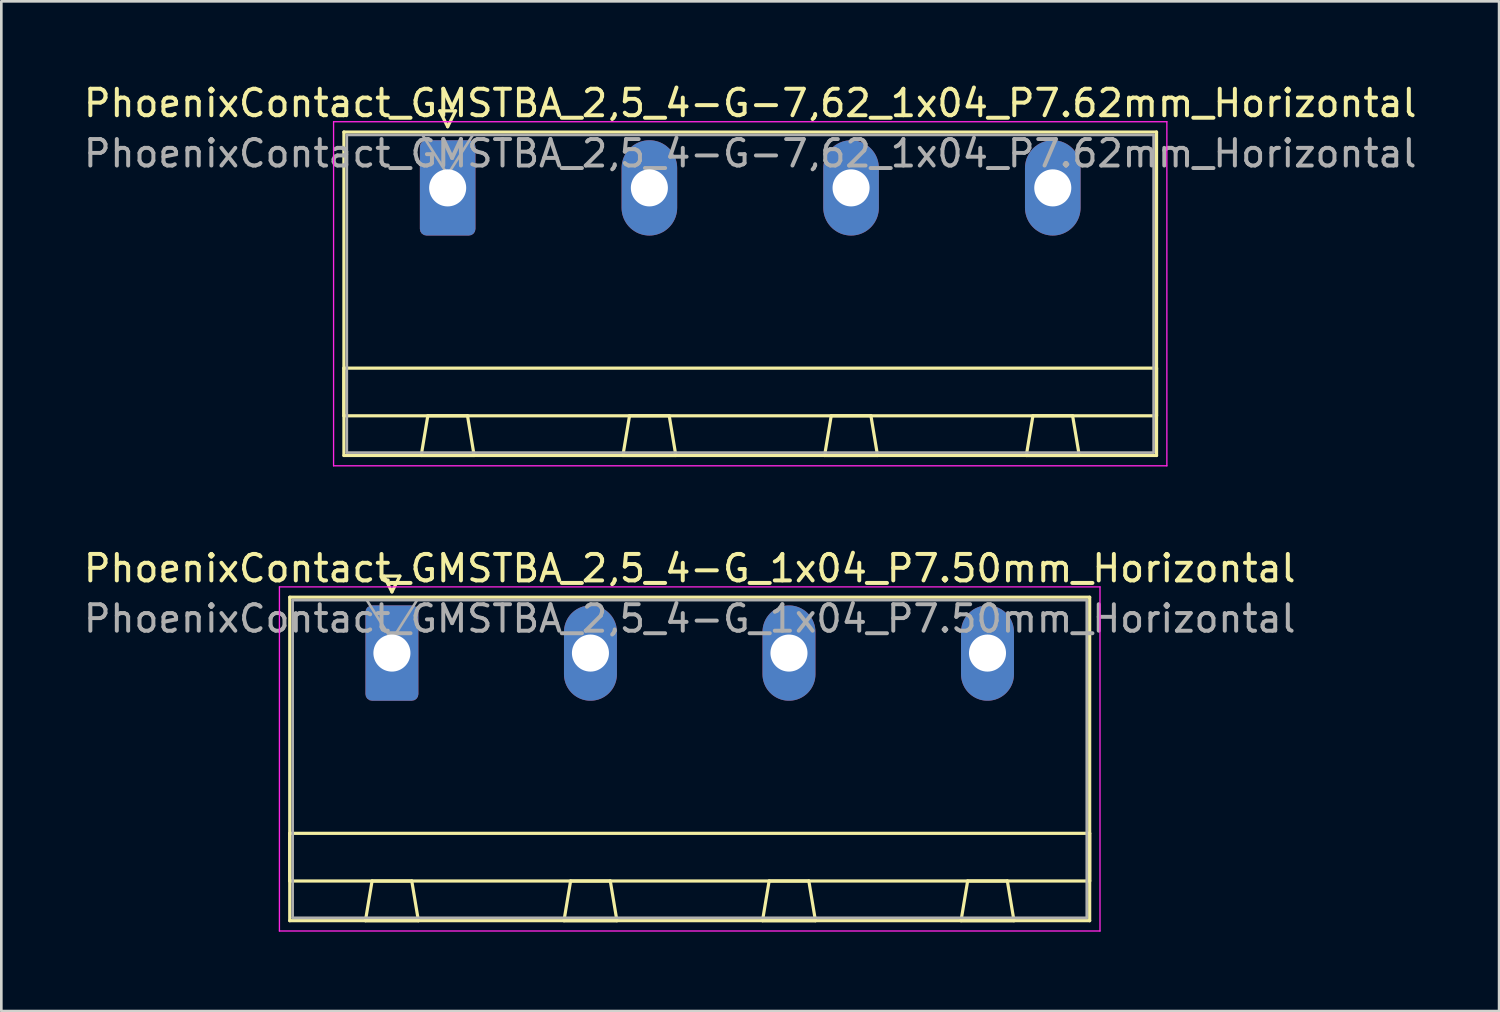
<source format=kicad_pcb>
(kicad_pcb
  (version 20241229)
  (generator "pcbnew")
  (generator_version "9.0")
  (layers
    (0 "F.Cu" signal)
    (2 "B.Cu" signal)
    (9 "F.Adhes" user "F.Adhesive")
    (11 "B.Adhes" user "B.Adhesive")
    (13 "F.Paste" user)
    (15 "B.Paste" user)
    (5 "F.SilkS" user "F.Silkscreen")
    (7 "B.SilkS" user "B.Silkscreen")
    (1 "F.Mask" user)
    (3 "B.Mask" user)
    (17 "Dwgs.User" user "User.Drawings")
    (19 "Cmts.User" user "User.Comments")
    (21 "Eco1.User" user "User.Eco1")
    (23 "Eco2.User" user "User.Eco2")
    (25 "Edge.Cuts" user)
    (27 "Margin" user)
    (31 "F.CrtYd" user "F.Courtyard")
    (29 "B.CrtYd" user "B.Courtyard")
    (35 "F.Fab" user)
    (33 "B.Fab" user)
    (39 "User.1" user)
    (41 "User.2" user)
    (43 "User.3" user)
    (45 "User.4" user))
  (footprint "PhoenixContact_GMSTBA_2,5_4-G_1x04_P7.50mm_Horizontal"
    (layer "F.Cu")
    (at 11.756 21.622)
    (property "Reference" "PhoenixContact_GMSTBA_2,5_4-G_1x04_P7.50mm_Horizontal" (at 11.25 -3.2 0) (layer "F.SilkS") (effects (font (size 1 1) (thickness 0.15))))
    (attr through_hole)
    (fp_line (start -3.86 -2.11) (end -3.86 10.11) (stroke (width 0.12) (type solid)) (layer "F.SilkS"))
    (fp_line (start -3.86 6.81) (end 26.36 6.81) (stroke (width 0.12) (type solid)) (layer "F.SilkS"))
    (fp_line (start -3.86 8.61) (end -3.86 6.81) (stroke (width 0.12) (type solid)) (layer "F.SilkS"))
    (fp_line (start -3.86 10.11) (end 26.36 10.11) (stroke (width 0.12) (type solid)) (layer "F.SilkS"))
    (fp_line (start -1 10.11) (end 1 10.11) (stroke (width 0.12) (type solid)) (layer "F.SilkS"))
    (fp_line (start -0.75 8.61) (end -1 10.11) (stroke (width 0.12) (type solid)) (layer "F.SilkS"))
    (fp_line (start -0.3 -2.91) (end 0.3 -2.91) (stroke (width 0.12) (type solid)) (layer "F.SilkS"))
    (fp_line (start 0 -2.31) (end -0.3 -2.91) (stroke (width 0.12) (type solid)) (layer "F.SilkS"))
    (fp_line (start 0.3 -2.91) (end 0 -2.31) (stroke (width 0.12) (type solid)) (layer "F.SilkS"))
    (fp_line (start 0.75 8.61) (end -0.75 8.61) (stroke (width 0.12) (type solid)) (layer "F.SilkS"))
    (fp_line (start 1 10.11) (end 0.75 8.61) (stroke (width 0.12) (type solid)) (layer "F.SilkS"))
    (fp_line (start 6.5 10.11) (end 8.5 10.11) (stroke (width 0.12) (type solid)) (layer "F.SilkS"))
    (fp_line (start 6.75 8.61) (end 6.5 10.11) (stroke (width 0.12) (type solid)) (layer "F.SilkS"))
    (fp_line (start 8.25 8.61) (end 6.75 8.61) (stroke (width 0.12) (type solid)) (layer "F.SilkS"))
    (fp_line (start 8.5 10.11) (end 8.25 8.61) (stroke (width 0.12) (type solid)) (layer "F.SilkS"))
    (fp_line (start 14 10.11) (end 16 10.11) (stroke (width 0.12) (type solid)) (layer "F.SilkS"))
    (fp_line (start 14.25 8.61) (end 14 10.11) (stroke (width 0.12) (type solid)) (layer "F.SilkS"))
    (fp_line (start 15.75 8.61) (end 14.25 8.61) (stroke (width 0.12) (type solid)) (layer "F.SilkS"))
    (fp_line (start 16 10.11) (end 15.75 8.61) (stroke (width 0.12) (type solid)) (layer "F.SilkS"))
    (fp_line (start 21.5 10.11) (end 23.5 10.11) (stroke (width 0.12) (type solid)) (layer "F.SilkS"))
    (fp_line (start 21.75 8.61) (end 21.5 10.11) (stroke (width 0.12) (type solid)) (layer "F.SilkS"))
    (fp_line (start 23.25 8.61) (end 21.75 8.61) (stroke (width 0.12) (type solid)) (layer "F.SilkS"))
    (fp_line (start 23.5 10.11) (end 23.25 8.61) (stroke (width 0.12) (type solid)) (layer "F.SilkS"))
    (fp_line (start 26.36 -2.11) (end -3.86 -2.11) (stroke (width 0.12) (type solid)) (layer "F.SilkS"))
    (fp_line (start 26.36 6.81) (end 26.36 8.61) (stroke (width 0.12) (type solid)) (layer "F.SilkS"))
    (fp_line (start 26.36 8.61) (end -3.86 8.61) (stroke (width 0.12) (type solid)) (layer "F.SilkS"))
    (fp_line (start 26.36 10.11) (end 26.36 -2.11) (stroke (width 0.12) (type solid)) (layer "F.SilkS"))
    (fp_line (start -4.25 -2.5) (end -4.25 10.5) (stroke (width 0.05) (type solid)) (layer "F.CrtYd"))
    (fp_line (start -4.25 10.5) (end 26.75 10.5) (stroke (width 0.05) (type solid)) (layer "F.CrtYd"))
    (fp_line (start 26.75 -2.5) (end -4.25 -2.5) (stroke (width 0.05) (type solid)) (layer "F.CrtYd"))
    (fp_line (start 26.75 10.5) (end 26.75 -2.5) (stroke (width 0.05) (type solid)) (layer "F.CrtYd"))
    (fp_line (start -3.75 -2) (end -3.75 10) (stroke (width 0.1) (type solid)) (layer "F.Fab"))
    (fp_line (start -3.75 10) (end 26.25 10) (stroke (width 0.1) (type solid)) (layer "F.Fab"))
    (fp_line (start 0 -0.5) (end -0.95 -2) (stroke (width 0.1) (type solid)) (layer "F.Fab"))
    (fp_line (start 0.95 -2) (end 0 -0.5) (stroke (width 0.1) (type solid)) (layer "F.Fab"))
    (fp_line (start 26.25 -2) (end -3.75 -2) (stroke (width 0.1) (type solid)) (layer "F.Fab"))
    (fp_line (start 26.25 10) (end 26.25 -2) (stroke (width 0.1) (type solid)) (layer "F.Fab"))
    (fp_text user "${REFERENCE}" (at 11.25 -1.3 0) (layer "F.Fab") (effects (font (size 1 1) (thickness 0.15))))
    (pad "1" thru_hole roundrect (at 0 0) (size 2 3.6) (drill 1.4) (layers "*.Cu" "*.Mask") (roundrect_rratio 0.125))
    (pad "2" thru_hole oval (at 7.5 0) (size 2 3.6) (drill 1.4) (layers "*.Cu" "*.Mask"))
    (pad "3" thru_hole oval (at 15 0) (size 2 3.6) (drill 1.4) (layers "*.Cu" "*.Mask"))
    (pad "4" thru_hole oval (at 22.5 0) (size 2 3.6) (drill 1.4) (layers "*.Cu" "*.Mask")))
  (footprint "PhoenixContact_GMSTBA_2,5_4-G-7,62_1x04_P7.62mm_Horizontal"
    (layer "F.Cu")
    (at 13.862 4.048)
    (property "Reference" "PhoenixContact_GMSTBA_2,5_4-G-7,62_1x04_P7.62mm_Horizontal" (at 11.43 -3.2 0) (layer "F.SilkS") (effects (font (size 1 1) (thickness 0.15))))
    (attr through_hole)
    (fp_line (start -3.92 -2.11) (end -3.92 10.11) (stroke (width 0.12) (type solid)) (layer "F.SilkS"))
    (fp_line (start -3.92 6.81) (end 26.78 6.81) (stroke (width 0.12) (type solid)) (layer "F.SilkS"))
    (fp_line (start -3.92 8.61) (end -3.92 6.81) (stroke (width 0.12) (type solid)) (layer "F.SilkS"))
    (fp_line (start -3.92 10.11) (end 26.78 10.11) (stroke (width 0.12) (type solid)) (layer "F.SilkS"))
    (fp_line (start -1 10.11) (end 1 10.11) (stroke (width 0.12) (type solid)) (layer "F.SilkS"))
    (fp_line (start -0.75 8.61) (end -1 10.11) (stroke (width 0.12) (type solid)) (layer "F.SilkS"))
    (fp_line (start -0.3 -2.91) (end 0.3 -2.91) (stroke (width 0.12) (type solid)) (layer "F.SilkS"))
    (fp_line (start 0 -2.31) (end -0.3 -2.91) (stroke (width 0.12) (type solid)) (layer "F.SilkS"))
    (fp_line (start 0.3 -2.91) (end 0 -2.31) (stroke (width 0.12) (type solid)) (layer "F.SilkS"))
    (fp_line (start 0.75 8.61) (end -0.75 8.61) (stroke (width 0.12) (type solid)) (layer "F.SilkS"))
    (fp_line (start 1 10.11) (end 0.75 8.61) (stroke (width 0.12) (type solid)) (layer "F.SilkS"))
    (fp_line (start 6.62 10.11) (end 8.62 10.11) (stroke (width 0.12) (type solid)) (layer "F.SilkS"))
    (fp_line (start 6.87 8.61) (end 6.62 10.11) (stroke (width 0.12) (type solid)) (layer "F.SilkS"))
    (fp_line (start 8.37 8.61) (end 6.87 8.61) (stroke (width 0.12) (type solid)) (layer "F.SilkS"))
    (fp_line (start 8.62 10.11) (end 8.37 8.61) (stroke (width 0.12) (type solid)) (layer "F.SilkS"))
    (fp_line (start 14.24 10.11) (end 16.24 10.11) (stroke (width 0.12) (type solid)) (layer "F.SilkS"))
    (fp_line (start 14.49 8.61) (end 14.24 10.11) (stroke (width 0.12) (type solid)) (layer "F.SilkS"))
    (fp_line (start 15.99 8.61) (end 14.49 8.61) (stroke (width 0.12) (type solid)) (layer "F.SilkS"))
    (fp_line (start 16.24 10.11) (end 15.99 8.61) (stroke (width 0.12) (type solid)) (layer "F.SilkS"))
    (fp_line (start 21.86 10.11) (end 23.86 10.11) (stroke (width 0.12) (type solid)) (layer "F.SilkS"))
    (fp_line (start 22.11 8.61) (end 21.86 10.11) (stroke (width 0.12) (type solid)) (layer "F.SilkS"))
    (fp_line (start 23.61 8.61) (end 22.11 8.61) (stroke (width 0.12) (type solid)) (layer "F.SilkS"))
    (fp_line (start 23.86 10.11) (end 23.61 8.61) (stroke (width 0.12) (type solid)) (layer "F.SilkS"))
    (fp_line (start 26.78 -2.11) (end -3.92 -2.11) (stroke (width 0.12) (type solid)) (layer "F.SilkS"))
    (fp_line (start 26.78 6.81) (end 26.78 8.61) (stroke (width 0.12) (type solid)) (layer "F.SilkS"))
    (fp_line (start 26.78 8.61) (end -3.92 8.61) (stroke (width 0.12) (type solid)) (layer "F.SilkS"))
    (fp_line (start 26.78 10.11) (end 26.78 -2.11) (stroke (width 0.12) (type solid)) (layer "F.SilkS"))
    (fp_line (start -4.31 -2.5) (end -4.31 10.5) (stroke (width 0.05) (type solid)) (layer "F.CrtYd"))
    (fp_line (start -4.31 10.5) (end 27.17 10.5) (stroke (width 0.05) (type solid)) (layer "F.CrtYd"))
    (fp_line (start 27.17 -2.5) (end -4.31 -2.5) (stroke (width 0.05) (type solid)) (layer "F.CrtYd"))
    (fp_line (start 27.17 10.5) (end 27.17 -2.5) (stroke (width 0.05) (type solid)) (layer "F.CrtYd"))
    (fp_line (start -3.81 -2) (end -3.81 10) (stroke (width 0.1) (type solid)) (layer "F.Fab"))
    (fp_line (start -3.81 10) (end 26.67 10) (stroke (width 0.1) (type solid)) (layer "F.Fab"))
    (fp_line (start 0 -0.5) (end -0.95 -2) (stroke (width 0.1) (type solid)) (layer "F.Fab"))
    (fp_line (start 0.95 -2) (end 0 -0.5) (stroke (width 0.1) (type solid)) (layer "F.Fab"))
    (fp_line (start 26.67 -2) (end -3.81 -2) (stroke (width 0.1) (type solid)) (layer "F.Fab"))
    (fp_line (start 26.67 10) (end 26.67 -2) (stroke (width 0.1) (type solid)) (layer "F.Fab"))
    (fp_text user "${REFERENCE}" (at 11.43 -1.3 0) (layer "F.Fab") (effects (font (size 1 1) (thickness 0.15))))
    (pad "1" thru_hole roundrect (at 0 0) (size 2.1 3.6) (drill 1.4) (layers "*.Cu" "*.Mask") (roundrect_rratio 0.119))
    (pad "2" thru_hole oval (at 7.62 0) (size 2.1 3.6) (drill 1.4) (layers "*.Cu" "*.Mask"))
    (pad "3" thru_hole oval (at 15.24 0) (size 2.1 3.6) (drill 1.4) (layers "*.Cu" "*.Mask"))
    (pad "4" thru_hole oval (at 22.86 0) (size 2.1 3.6) (drill 1.4) (layers "*.Cu" "*.Mask")))
  (gr_rect
    (start -3 -3)
    (end 53.583 35.147)
    (stroke (width 0.1) (type default))
    (fill no)
    (layer "Edge.Cuts")))
</source>
